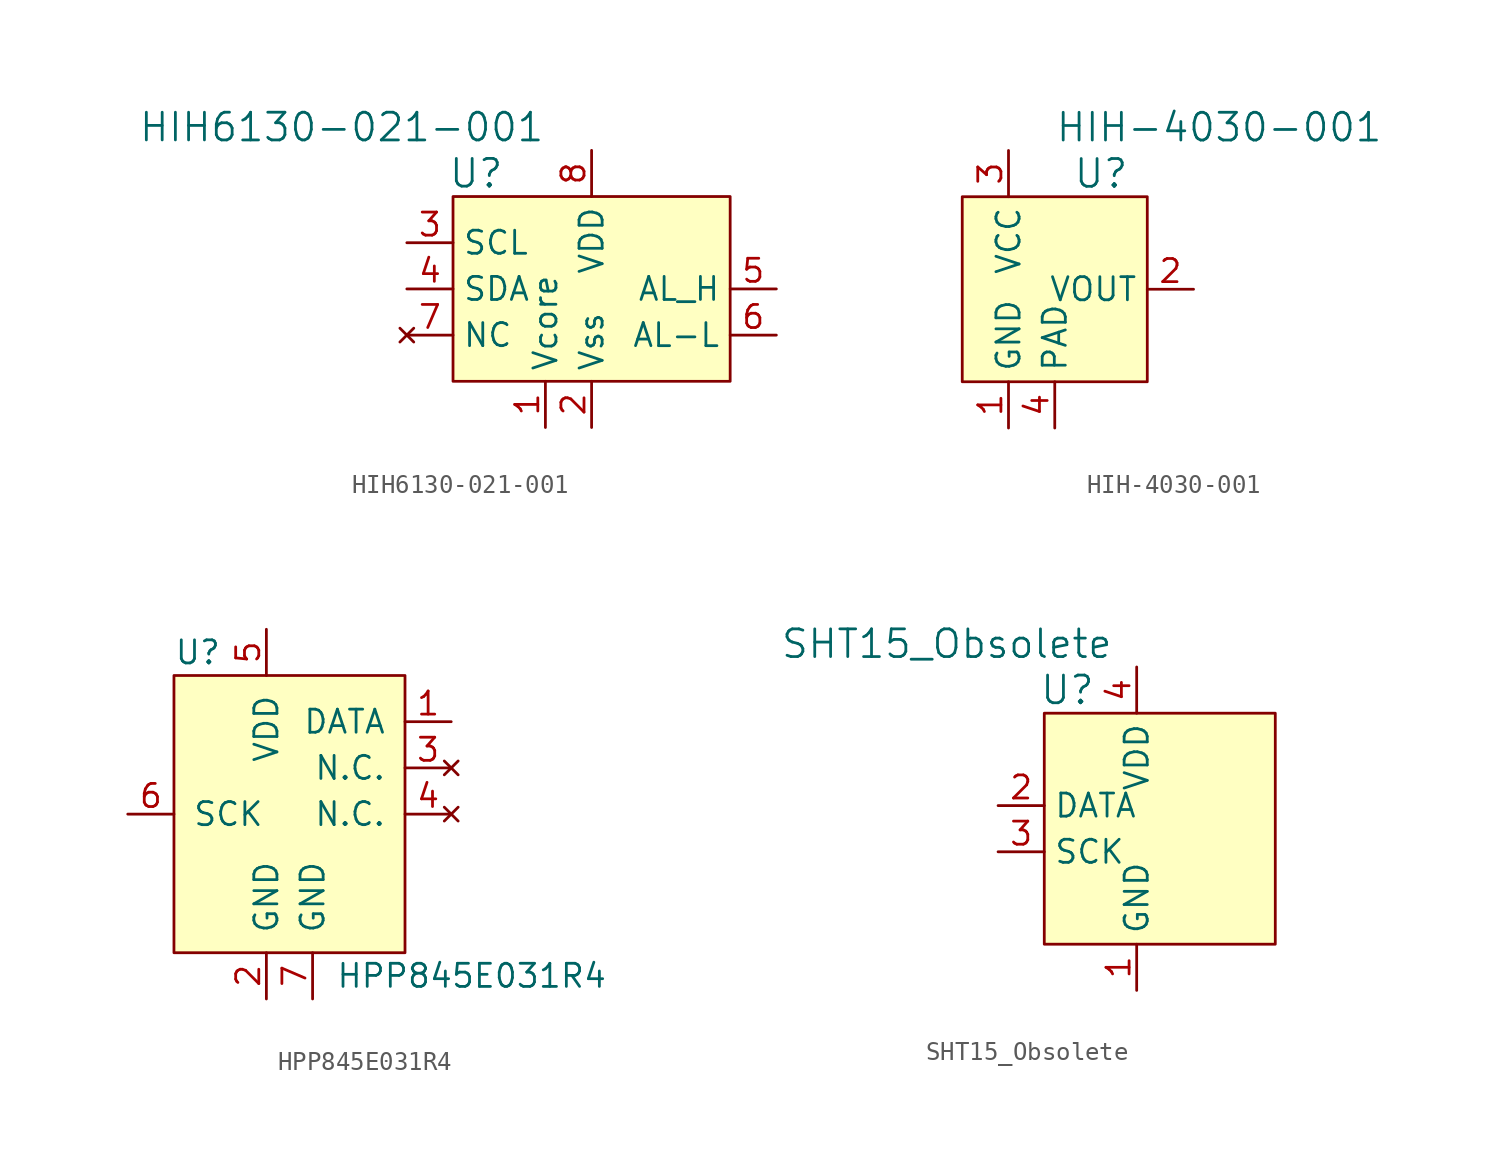
<source format=kicad_sym>
(kicad_symbol_lib
  (version 20201005)
  (generator kicad_symbol_editor)
  (symbol "HIH6130-021-001"
    (property "Reference" "U"
      (at -6.35 8.89 0)
      (effects (font (size 1.524 1.524))))
    (property "Value" "HIH6130-021-001"
      (at -2.54 11.43 0)
      (effects (font (size 1.524 1.524)) (justify right)))
    (symbol "HIH6130-021-001_0_1"
      (rectangle (start -7.62 7.62) (end 7.62 -2.54) (stroke (width 0)) (fill (type background))))
    (symbol "HIH6130-021-001_1_1"
      (pin passive line (at -2.54 -5.08 90) (length 2.54) (name "Vcore" (effects (font (size 1.27 1.27)))) (number "1" (effects (font (size 1.27 1.27)))))
      (pin power_in line (at 0 -5.08 90) (length 2.54) (name "Vss" (effects (font (size 1.27 1.27)))) (number "2" (effects (font (size 1.27 1.27)))))
      (pin input line (at -10.16 5.08 0) (length 2.54) (name "SCL" (effects (font (size 1.27 1.27)))) (number "3" (effects (font (size 1.27 1.27)))))
      (pin bidirectional line (at -10.16 2.54 0) (length 2.54) (name "SDA" (effects (font (size 1.27 1.27)))) (number "4" (effects (font (size 1.27 1.27)))))
      (pin output line (at 10.16 2.54 180) (length 2.54) (name "AL_H" (effects (font (size 1.27 1.27)))) (number "5" (effects (font (size 1.27 1.27)))))
      (pin output line (at 10.16 0 180) (length 2.54) (name "AL-L" (effects (font (size 1.27 1.27)))) (number "6" (effects (font (size 1.27 1.27)))))
      (pin no_connect line (at -10.16 0 0) (length 2.54) (name "NC" (effects (font (size 1.27 1.27)))) (number "7" (effects (font (size 1.27 1.27)))))
      (pin power_in line (at 0 10.16 270) (length 2.54) (name "VDD" (effects (font (size 1.27 1.27)))) (number "8" (effects (font (size 1.27 1.27)))))))
  (symbol "HIH-4030-001"
    (property "Reference" "U"
      (at 5.08 8.89 0)
      (effects (font (size 1.524 1.524))))
    (property "Value" "HIH-4030-001"
      (at 2.54 11.43 0)
      (effects (font (size 1.524 1.524)) (justify left)))
    (symbol "HIH-4030-001_0_1"
      (rectangle (start 7.62 7.62) (end -2.54 -2.54) (stroke (width 0)) (fill (type background))))
    (symbol "HIH-4030-001_1_1"
      (pin power_in line (at 0 -5.08 90) (length 2.54) (name "GND" (effects (font (size 1.27 1.27)))) (number "1" (effects (font (size 1.27 1.27)))))
      (pin output line (at 10.16 2.54 180) (length 2.54) (name "VOUT" (effects (font (size 1.27 1.27)))) (number "2" (effects (font (size 1.27 1.27)))))
      (pin power_in line (at 0 10.16 270) (length 2.54) (name "VCC" (effects (font (size 1.27 1.27)))) (number "3" (effects (font (size 1.27 1.27)))))
      (pin unspecified line (at 2.54 -5.08 90) (length 2.54) (name "PAD" (effects (font (size 1.27 1.27)))) (number "4" (effects (font (size 1.27 1.27)))))))
  (symbol "HPP845E031R4"
    (pin_names
      (offset 1.016))
    (property "Reference" "U"
      (at -5.08 8.89 0)
      (effects (font (size 1.27 1.27)) (justify left)))
    (property "Value" "HPP845E031R4"
      (at 3.81 -8.89 0)
      (effects (font (size 1.27 1.27)) (justify left)))
    (symbol "HPP845E031R4_0_1"
      (rectangle (start -5.08 7.62) (end 7.62 -7.62) (stroke (width 0)) (fill (type background))))
    (symbol "HPP845E031R4_1_1"
      (pin bidirectional line (at 10.16 5.08 180) (length 2.54) (name "DATA" (effects (font (size 1.27 1.27)))) (number "1" (effects (font (size 1.27 1.27)))))
      (pin power_in line (at 0 -10.16 90) (length 2.54) (name "GND" (effects (font (size 1.27 1.27)))) (number "2" (effects (font (size 1.27 1.27)))))
      (pin no_connect line (at 10.16 2.54 180) (length 2.54) (name "N.C." (effects (font (size 1.27 1.27)))) (number "3" (effects (font (size 1.27 1.27)))))
      (pin no_connect line (at 10.16 0 180) (length 2.54) (name "N.C." (effects (font (size 1.27 1.27)))) (number "4" (effects (font (size 1.27 1.27)))))
      (pin power_in line (at 0 10.16 270) (length 2.54) (name "VDD" (effects (font (size 1.27 1.27)))) (number "5" (effects (font (size 1.27 1.27)))))
      (pin input line (at -7.62 0 0) (length 2.54) (name "SCK" (effects (font (size 1.27 1.27)))) (number "6" (effects (font (size 1.27 1.27)))))
      (pin passive line (at 2.54 -10.16 90) (length 2.54) (name "GND" (effects (font (size 1.27 1.27)))) (number "7" (effects (font (size 1.27 1.27)))))))
  (symbol "SHT15_Obsolete"
    (property "Reference" "U"
      (at -6.35 8.89 0)
      (effects (font (size 1.524 1.524))))
    (property "Value" "SHT15_Obsolete"
      (at -3.81 11.43 0)
      (effects (font (size 1.524 1.524)) (justify right)))
    (symbol "SHT15_Obsolete_0_1"
      (rectangle (start -7.62 7.62) (end 5.08 -5.08) (stroke (width 0)) (fill (type background))))
    (symbol "SHT15_Obsolete_1_1"
      (pin power_in line (at -2.54 -7.62 90) (length 2.54) (name "GND" (effects (font (size 1.27 1.27)))) (number "1" (effects (font (size 1.27 1.27)))))
      (pin bidirectional line (at -10.16 2.54 0) (length 2.54) (name "DATA" (effects (font (size 1.27 1.27)))) (number "2" (effects (font (size 1.27 1.27)))))
      (pin input line (at -10.16 0 0) (length 2.54) (name "SCK" (effects (font (size 1.27 1.27)))) (number "3" (effects (font (size 1.27 1.27)))))
      (pin power_in line (at -2.54 10.16 270) (length 2.54) (name "VDD" (effects (font (size 1.27 1.27)))) (number "4" (effects (font (size 1.27 1.27)))))
      (pin no_connect line (at 5.08 5.08 180) (length 2.54) hide (name "NC" (effects (font (size 1.27 1.27)))) (number "5" (effects (font (size 1.27 1.27)))))
      (pin no_connect line (at 5.08 2.54 180) (length 2.54) hide (name "NC" (effects (font (size 1.27 1.27)))) (number "6" (effects (font (size 1.27 1.27)))))
      (pin no_connect line (at 5.08 0 180) (length 2.54) hide (name "NC" (effects (font (size 1.27 1.27)))) (number "7" (effects (font (size 1.27 1.27)))))
      (pin no_connect line (at 5.08 -2.54 180) (length 2.54) hide (name "NC" (effects (font (size 1.27 1.27)))) (number "8" (effects (font (size 1.27 1.27))))))))
</source>
